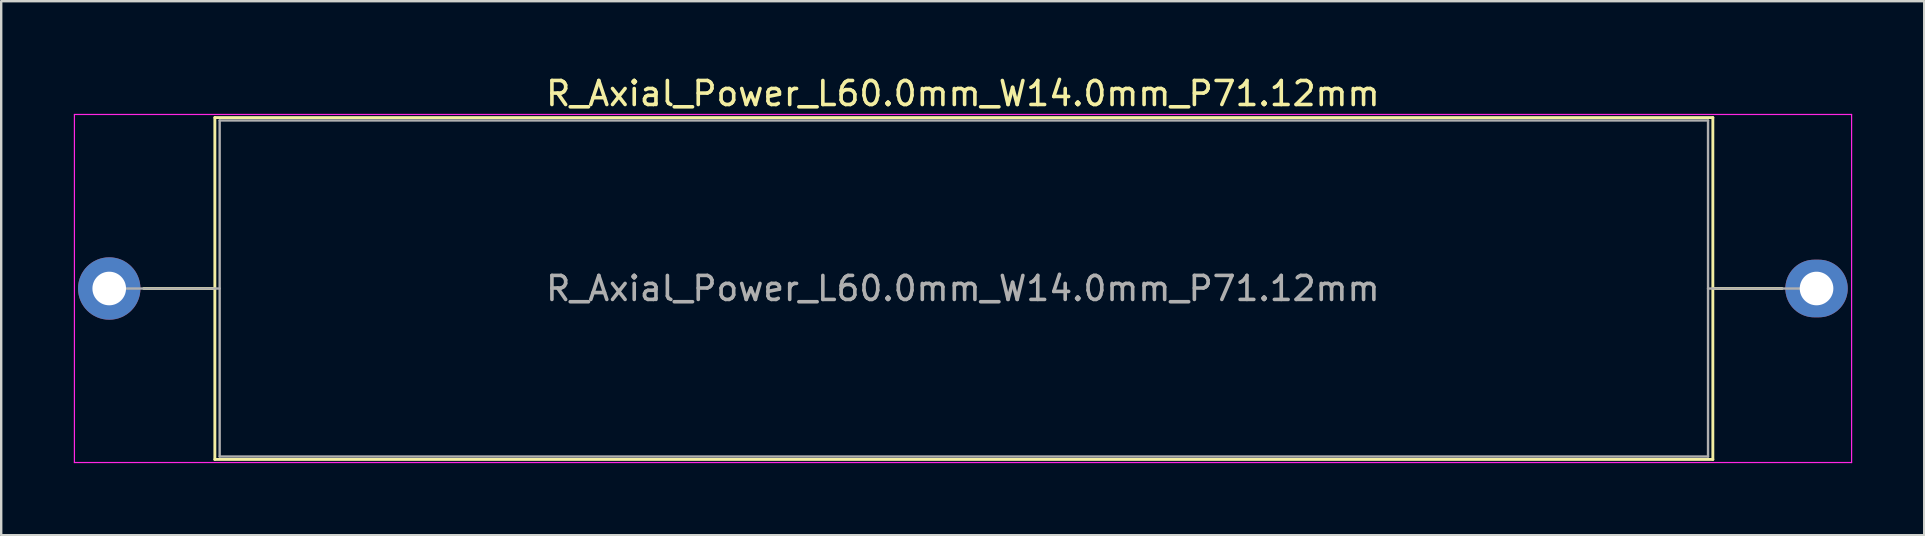
<source format=kicad_pcb>
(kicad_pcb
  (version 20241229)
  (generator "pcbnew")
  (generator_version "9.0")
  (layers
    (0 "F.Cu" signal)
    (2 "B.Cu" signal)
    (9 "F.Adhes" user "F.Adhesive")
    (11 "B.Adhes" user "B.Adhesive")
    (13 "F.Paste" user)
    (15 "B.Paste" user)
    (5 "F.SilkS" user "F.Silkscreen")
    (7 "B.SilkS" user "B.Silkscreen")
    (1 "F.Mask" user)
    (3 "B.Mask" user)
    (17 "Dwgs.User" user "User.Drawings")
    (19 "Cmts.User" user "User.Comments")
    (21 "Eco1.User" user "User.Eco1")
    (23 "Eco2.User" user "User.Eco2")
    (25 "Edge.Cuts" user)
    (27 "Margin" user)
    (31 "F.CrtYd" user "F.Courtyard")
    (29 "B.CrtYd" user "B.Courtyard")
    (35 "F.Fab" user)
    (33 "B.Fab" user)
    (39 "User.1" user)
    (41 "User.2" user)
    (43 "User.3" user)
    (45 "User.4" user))
  (footprint "R_Axial_Power_L60.0mm_W14.0mm_P71.12mm"
    (layer "F.Cu")
    (at 1.5 8.968)
    (property "Reference" "R_Axial_Power_L60.0mm_W14.0mm_P71.12mm" (at 35.56 -8.12 0) (layer "F.SilkS") (effects (font (size 1 1) (thickness 0.15))))
    (attr through_hole)
    (fp_line (start 1.44 0) (end 4.4 0) (stroke (width 0.12) (type solid)) (layer "F.SilkS"))
    (fp_line (start 4.4 -7.12) (end 4.4 7.12) (stroke (width 0.12) (type solid)) (layer "F.SilkS"))
    (fp_line (start 4.4 7.12) (end 66.8 7.12) (stroke (width 0.12) (type solid)) (layer "F.SilkS"))
    (fp_line (start 66.8 -7.12) (end 4.4 -7.12) (stroke (width 0.12) (type solid)) (layer "F.SilkS"))
    (fp_line (start 66.8 7.12) (end 66.8 -7.12) (stroke (width 0.12) (type solid)) (layer "F.SilkS"))
    (fp_line (start 69.68 0) (end 66.8 0) (stroke (width 0.12) (type solid)) (layer "F.SilkS"))
    (fp_line (start -1.45 -7.25) (end -1.45 7.25) (stroke (width 0.05) (type solid)) (layer "F.CrtYd"))
    (fp_line (start -1.45 7.25) (end 72.58 7.25) (stroke (width 0.05) (type solid)) (layer "F.CrtYd"))
    (fp_line (start 72.58 -7.25) (end -1.45 -7.25) (stroke (width 0.05) (type solid)) (layer "F.CrtYd"))
    (fp_line (start 72.58 7.25) (end 72.58 -7.25) (stroke (width 0.05) (type solid)) (layer "F.CrtYd"))
    (fp_line (start 0 0) (end 4.6 0) (stroke (width 0.1) (type solid)) (layer "F.Fab"))
    (fp_line (start 4.6 -7) (end 4.6 7) (stroke (width 0.1) (type solid)) (layer "F.Fab"))
    (fp_line (start 4.6 7) (end 66.6 7) (stroke (width 0.1) (type solid)) (layer "F.Fab"))
    (fp_line (start 66.6 -7) (end 4.6 -7) (stroke (width 0.1) (type solid)) (layer "F.Fab"))
    (fp_line (start 66.6 7) (end 66.6 -7) (stroke (width 0.1) (type solid)) (layer "F.Fab"))
    (fp_line (start 71.12 0) (end 66.6 0) (stroke (width 0.1) (type solid)) (layer "F.Fab"))
    (fp_text user "${REFERENCE}" (at 35.56 0 0) (layer "F.Fab") (effects (font (size 1 1) (thickness 0.15))))
    (pad "1" thru_hole circle (at 0 0) (size 2.6 2.6) (drill 1.4) (layers "*.Cu" "*.Mask"))
    (pad "2" thru_hole oval (at 71.12 0) (size 2.6 2.4) (drill 1.4) (layers "*.Cu" "*.Mask"))
    (zone (net_name "") (layer "F.Cu") (hatch edge 0.508) (connect_pads) (min_thickness 0.254) (filled_areas_thickness no) (keepout (tracks allowed) (vias allowed) (pads allowed) (copperpour not_allowed) (footprints allowed)) (placement (enabled no)) (fill) (polygon (pts (xy 74 16.218) (xy 0 16.218) (xy 0 1.718) (xy 74 1.718)))))
  (gr_rect
    (start -3 -3)
    (end 77.105 19.243)
    (stroke (width 0.1) (type default))
    (fill no)
    (layer "Edge.Cuts")))
</source>
